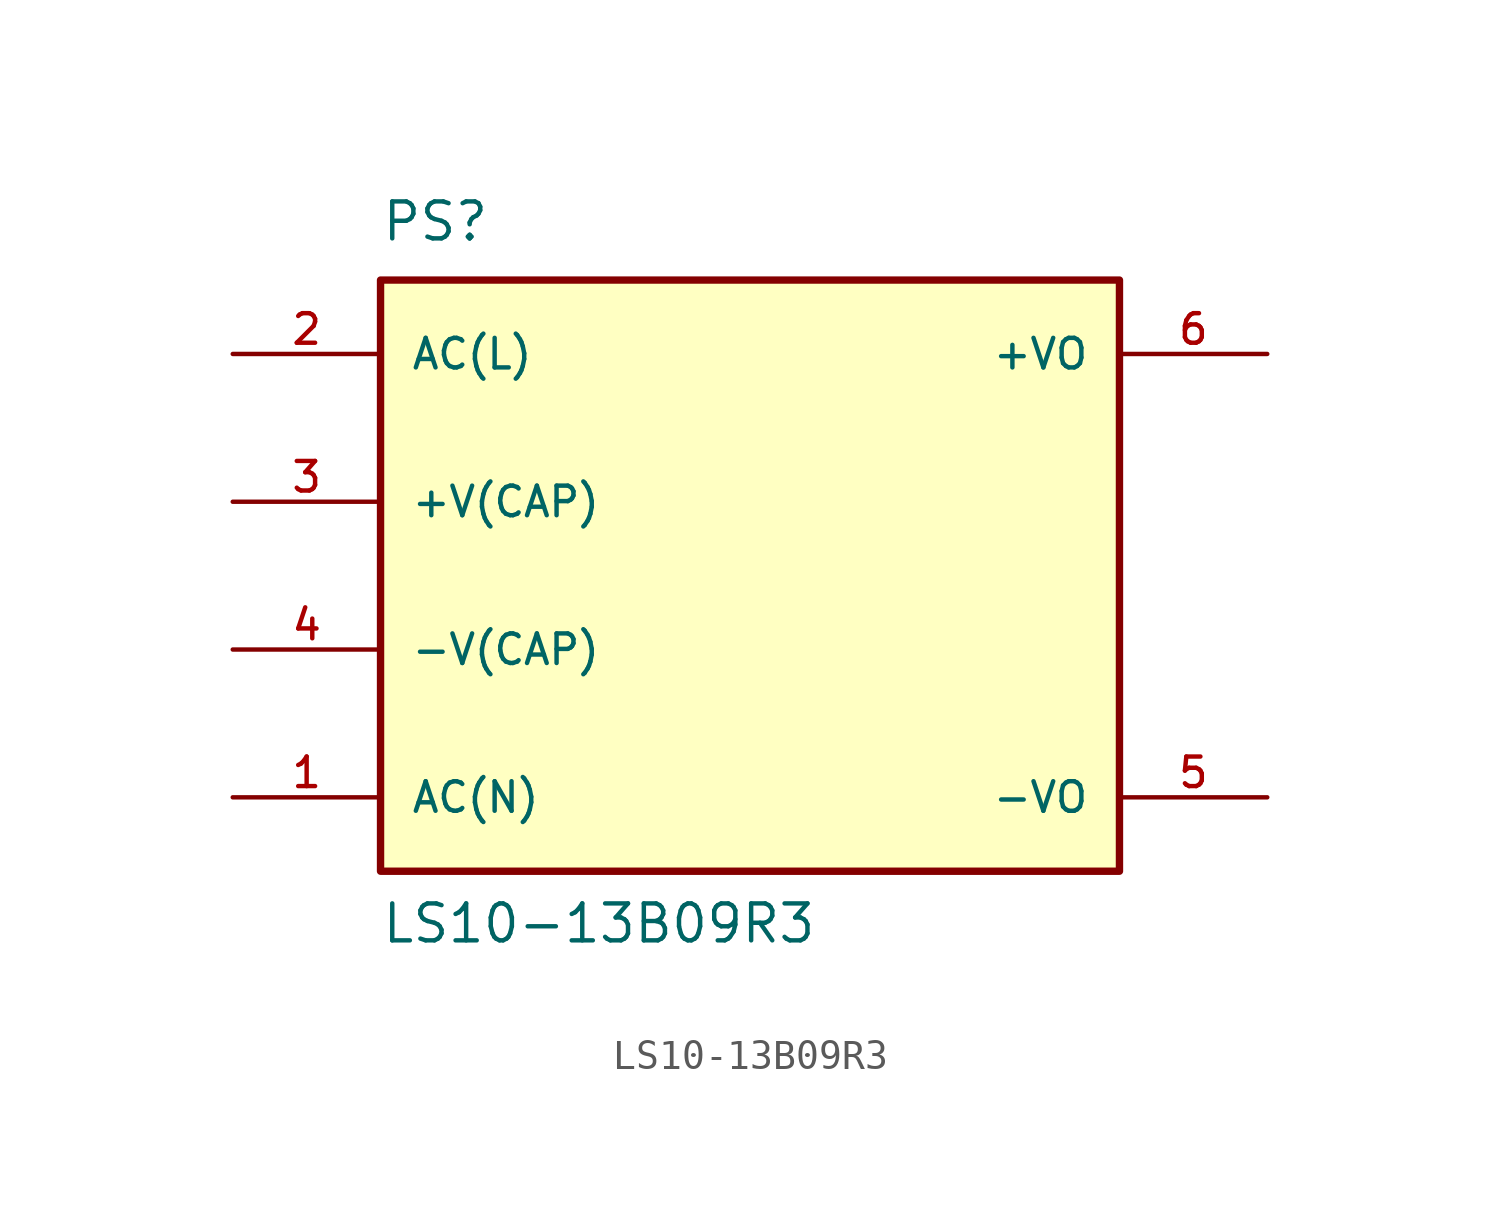
<source format=kicad_sym>
(kicad_symbol_lib
  (version 20211014)
  (generator kicad_symbol_editor)
  (symbol "LS10-13B09R3"
    (pin_names
      (offset 1.016))
    (property "Reference" "PS"
      (at -12.7 11.43 0)
      (effects (font (size 1.27 1.27)) (justify bottom left)))
    (property "Value" "LS10-13B09R3"
      (at -12.7 -12.7 0)
      (effects (font (size 1.27 1.27)) (justify bottom left)))
    (symbol "LS10-13B09R3_0_0"
      (rectangle (start -12.7 -10.16) (end 12.7 10.16) (stroke (width 0.254)) (fill (type background)))
      (pin input line (at -17.78 7.62 0) (length 5.08) (name "AC(L)" (effects (font (size 1.016 1.016)))) (number "2" (effects (font (size 1.016 1.016)))))
      (pin input line (at -17.78 -7.62 0) (length 5.08) (name "AC(N)" (effects (font (size 1.016 1.016)))) (number "1" (effects (font (size 1.016 1.016)))))
      (pin output line (at 17.78 7.62 180.0) (length 5.08) (name "+VO" (effects (font (size 1.016 1.016)))) (number "6" (effects (font (size 1.016 1.016)))))
      (pin output line (at 17.78 -7.62 180.0) (length 5.08) (name "-VO" (effects (font (size 1.016 1.016)))) (number "5" (effects (font (size 1.016 1.016)))))
      (pin passive line (at -17.78 2.54 0) (length 5.08) (name "+V(CAP)" (effects (font (size 1.016 1.016)))) (number "3" (effects (font (size 1.016 1.016)))))
      (pin passive line (at -17.78 -2.54 0) (length 5.08) (name "-V(CAP)" (effects (font (size 1.016 1.016)))) (number "4" (effects (font (size 1.016 1.016))))))))
</source>
